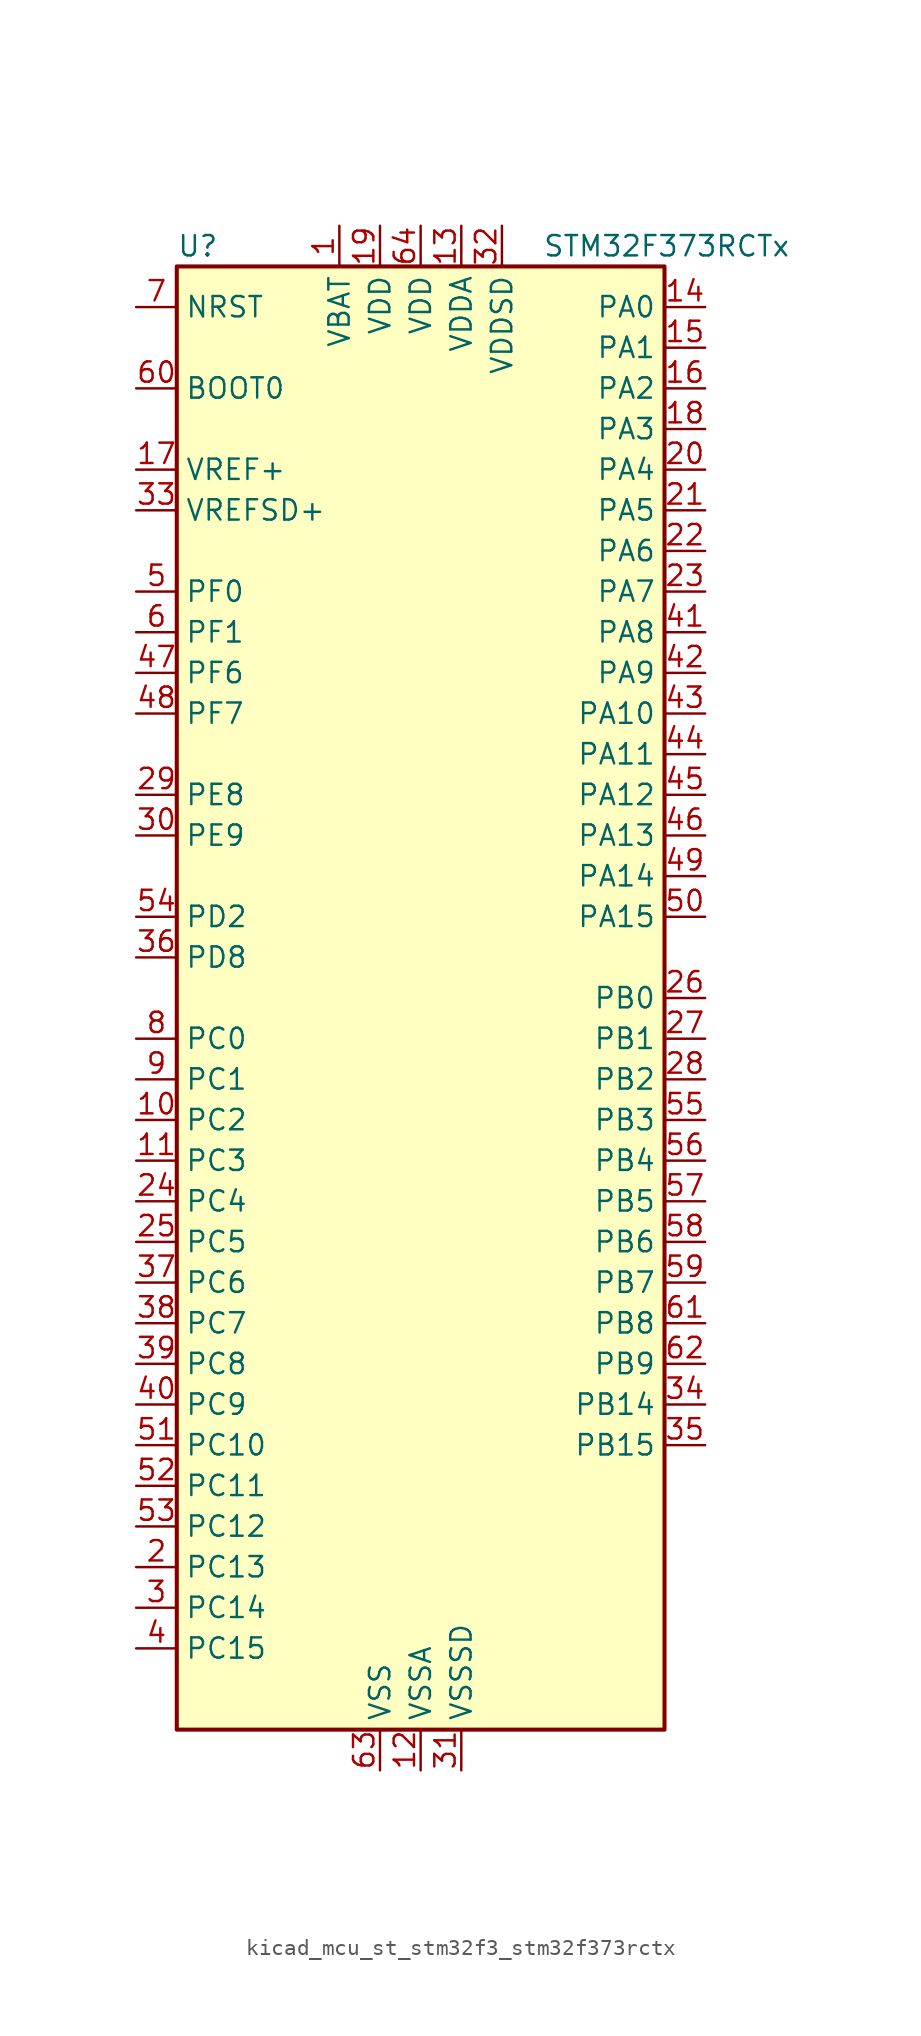
<source format=kicad_sym>
(kicad_symbol_lib
  (version 20220914)
  (generator kicad_symbol_editor)
  (symbol "kicad_mcu_st_stm32f3_stm32f373rctx"
    (property "Reference" "U"
      (at -15.24 46.99 0)
      (effects (font (size 1.27 1.27)) (justify left)))
    (property "Value" "STM32F373RCTx"
      (at 7.62 46.99 0)
      (effects (font (size 1.27 1.27)) (justify left)))
    (property "ki_locked" ""
      (at 0 0 0)
      (effects (font (size 1.27 1.27))))
    (symbol "kicad_mcu_st_stm32f3_stm32f373rctx_0_1"
      (rectangle (start -15.24 -45.72) (end 15.24 45.72) (stroke (width 0.254) (type default)) (fill (type background))))
    (symbol "kicad_mcu_st_stm32f3_stm32f373rctx_1_1"
      (pin power_in line (at -5.08 48.26 270) (length 2.54) (name "VBAT" (effects (font (size 1.27 1.27)))) (number "1" (effects (font (size 1.27 1.27)))))
      (pin bidirectional line (at -17.78 -7.62 0) (length 2.54) (name "PC2" (effects (font (size 1.27 1.27)))) (number "10" (effects (font (size 1.27 1.27)))) (alternate "ADC1_IN12" bidirectional line) (alternate "I2S2_MCK" bidirectional line) (alternate "SPI2_MISO" bidirectional line) (alternate "TIM5_CH3" bidirectional line))
      (pin bidirectional line (at -17.78 -10.16 0) (length 2.54) (name "PC3" (effects (font (size 1.27 1.27)))) (number "11" (effects (font (size 1.27 1.27)))) (alternate "ADC1_IN13" bidirectional line) (alternate "I2S2_SD" bidirectional line) (alternate "SPI2_MOSI" bidirectional line) (alternate "TIM5_CH4" bidirectional line))
      (pin power_in line (at 0 -48.26 90) (length 2.54) (name "VSSA" (effects (font (size 1.27 1.27)))) (number "12" (effects (font (size 1.27 1.27)))))
      (pin power_in line (at 2.54 48.26 270) (length 2.54) (name "VDDA" (effects (font (size 1.27 1.27)))) (number "13" (effects (font (size 1.27 1.27)))))
      (pin bidirectional line (at 17.78 43.18 180) (length 2.54) (name "PA0" (effects (font (size 1.27 1.27)))) (number "14" (effects (font (size 1.27 1.27)))) (alternate "ADC1_IN0" bidirectional line) (alternate "COMP1_INM" bidirectional line) (alternate "COMP1_OUT" bidirectional line) (alternate "RTC_TAMP2" bidirectional line) (alternate "SYS_WKUP1" bidirectional line) (alternate "TIM19_CH1" bidirectional line) (alternate "TIM2_CH1" bidirectional line) (alternate "TIM2_ETR" bidirectional line) (alternate "TIM5_CH1" bidirectional line) (alternate "TIM5_ETR" bidirectional line) (alternate "TSC_G1_IO1" bidirectional line) (alternate "USART2_CTS" bidirectional line))
      (pin bidirectional line (at 17.78 40.64 180) (length 2.54) (name "PA1" (effects (font (size 1.27 1.27)))) (number "15" (effects (font (size 1.27 1.27)))) (alternate "ADC1_IN1" bidirectional line) (alternate "COMP1_INP" bidirectional line) (alternate "I2S3_CK" bidirectional line) (alternate "RTC_REFIN" bidirectional line) (alternate "SPI3_SCK" bidirectional line) (alternate "TIM15_CH1N" bidirectional line) (alternate "TIM19_CH2" bidirectional line) (alternate "TIM2_CH2" bidirectional line) (alternate "TIM5_CH2" bidirectional line) (alternate "TSC_G1_IO2" bidirectional line) (alternate "USART2_DE" bidirectional line) (alternate "USART2_RTS" bidirectional line))
      (pin bidirectional line (at 17.78 38.1 180) (length 2.54) (name "PA2" (effects (font (size 1.27 1.27)))) (number "16" (effects (font (size 1.27 1.27)))) (alternate "ADC1_IN2" bidirectional line) (alternate "COMP2_INM" bidirectional line) (alternate "COMP2_OUT" bidirectional line) (alternate "I2S3_MCK" bidirectional line) (alternate "SPI3_MISO" bidirectional line) (alternate "TIM15_CH1" bidirectional line) (alternate "TIM19_CH3" bidirectional line) (alternate "TIM2_CH3" bidirectional line) (alternate "TIM5_CH3" bidirectional line) (alternate "TSC_G1_IO3" bidirectional line) (alternate "USART2_TX" bidirectional line))
      (pin input line (at -17.78 33.02 0) (length 2.54) (name "VREF+" (effects (font (size 1.27 1.27)))) (number "17" (effects (font (size 1.27 1.27)))))
      (pin bidirectional line (at 17.78 35.56 180) (length 2.54) (name "PA3" (effects (font (size 1.27 1.27)))) (number "18" (effects (font (size 1.27 1.27)))) (alternate "ADC1_IN3" bidirectional line) (alternate "COMP2_INP" bidirectional line) (alternate "I2S3_SD" bidirectional line) (alternate "SPI3_MOSI" bidirectional line) (alternate "TIM15_CH2" bidirectional line) (alternate "TIM19_CH4" bidirectional line) (alternate "TIM2_CH4" bidirectional line) (alternate "TIM5_CH4" bidirectional line) (alternate "TSC_G1_IO4" bidirectional line) (alternate "USART2_RX" bidirectional line))
      (pin power_in line (at -2.54 48.26 270) (length 2.54) (name "VDD" (effects (font (size 1.27 1.27)))) (number "19" (effects (font (size 1.27 1.27)))))
      (pin bidirectional line (at -17.78 -35.56 0) (length 2.54) (name "PC13" (effects (font (size 1.27 1.27)))) (number "2" (effects (font (size 1.27 1.27)))) (alternate "RTC_OUT_ALARM" bidirectional line) (alternate "RTC_OUT_CALIB" bidirectional line) (alternate "RTC_TAMP1" bidirectional line) (alternate "RTC_TS" bidirectional line) (alternate "SYS_WKUP2" bidirectional line))
      (pin bidirectional line (at 17.78 33.02 180) (length 2.54) (name "PA4" (effects (font (size 1.27 1.27)))) (number "20" (effects (font (size 1.27 1.27)))) (alternate "ADC1_IN4" bidirectional line) (alternate "DAC1_OUT1" bidirectional line) (alternate "I2S1_WS" bidirectional line) (alternate "I2S3_WS" bidirectional line) (alternate "SPI1_NSS" bidirectional line) (alternate "SPI3_NSS" bidirectional line) (alternate "TIM12_CH1" bidirectional line) (alternate "TIM3_CH2" bidirectional line) (alternate "TSC_G2_IO1" bidirectional line) (alternate "USART2_CK" bidirectional line))
      (pin bidirectional line (at 17.78 30.48 180) (length 2.54) (name "PA5" (effects (font (size 1.27 1.27)))) (number "21" (effects (font (size 1.27 1.27)))) (alternate "ADC1_IN5" bidirectional line) (alternate "CEC" bidirectional line) (alternate "DAC1_OUT2" bidirectional line) (alternate "I2S1_CK" bidirectional line) (alternate "SPI1_SCK" bidirectional line) (alternate "TIM12_CH2" bidirectional line) (alternate "TIM14_CH1" bidirectional line) (alternate "TIM2_CH1" bidirectional line) (alternate "TIM2_ETR" bidirectional line) (alternate "TSC_G2_IO2" bidirectional line))
      (pin bidirectional line (at 17.78 27.94 180) (length 2.54) (name "PA6" (effects (font (size 1.27 1.27)))) (number "22" (effects (font (size 1.27 1.27)))) (alternate "ADC1_IN6" bidirectional line) (alternate "COMP1_OUT" bidirectional line) (alternate "DAC2_OUT1" bidirectional line) (alternate "I2S1_MCK" bidirectional line) (alternate "SPI1_MISO" bidirectional line) (alternate "TIM13_CH1" bidirectional line) (alternate "TIM16_CH1" bidirectional line) (alternate "TIM3_CH1" bidirectional line) (alternate "TSC_G2_IO3" bidirectional line))
      (pin bidirectional line (at 17.78 25.4 180) (length 2.54) (name "PA7" (effects (font (size 1.27 1.27)))) (number "23" (effects (font (size 1.27 1.27)))) (alternate "ADC1_IN7" bidirectional line) (alternate "COMP2_OUT" bidirectional line) (alternate "I2S1_SD" bidirectional line) (alternate "SPI1_MOSI" bidirectional line) (alternate "TIM14_CH1" bidirectional line) (alternate "TIM17_CH1" bidirectional line) (alternate "TIM3_CH2" bidirectional line) (alternate "TSC_G2_IO4" bidirectional line))
      (pin bidirectional line (at -17.78 -12.7 0) (length 2.54) (name "PC4" (effects (font (size 1.27 1.27)))) (number "24" (effects (font (size 1.27 1.27)))) (alternate "ADC1_IN14" bidirectional line) (alternate "TIM13_CH1" bidirectional line) (alternate "TSC_G3_IO1" bidirectional line) (alternate "USART1_TX" bidirectional line))
      (pin bidirectional line (at -17.78 -15.24 0) (length 2.54) (name "PC5" (effects (font (size 1.27 1.27)))) (number "25" (effects (font (size 1.27 1.27)))) (alternate "ADC1_IN15" bidirectional line) (alternate "TSC_G3_IO2" bidirectional line) (alternate "USART1_RX" bidirectional line))
      (pin bidirectional line (at 17.78 0 180) (length 2.54) (name "PB0" (effects (font (size 1.27 1.27)))) (number "26" (effects (font (size 1.27 1.27)))) (alternate "ADC1_IN8" bidirectional line) (alternate "I2S1_SD" bidirectional line) (alternate "SDADC1_AIN6P" bidirectional line) (alternate "SPI1_MOSI" bidirectional line) (alternate "TIM3_CH2" bidirectional line) (alternate "TIM3_CH3" bidirectional line) (alternate "TSC_G3_IO3" bidirectional line))
      (pin bidirectional line (at 17.78 -2.54 180) (length 2.54) (name "PB1" (effects (font (size 1.27 1.27)))) (number "27" (effects (font (size 1.27 1.27)))) (alternate "ADC1_IN9" bidirectional line) (alternate "SDADC1_AIN5P" bidirectional line) (alternate "SDADC1_AIN6M" bidirectional line) (alternate "TIM3_CH4" bidirectional line) (alternate "TSC_G3_IO4" bidirectional line))
      (pin bidirectional line (at 17.78 -5.08 180) (length 2.54) (name "PB2" (effects (font (size 1.27 1.27)))) (number "28" (effects (font (size 1.27 1.27)))) (alternate "SDADC1_AIN4P" bidirectional line) (alternate "SDADC2_AIN6P" bidirectional line))
      (pin bidirectional line (at -17.78 12.7 0) (length 2.54) (name "PE8" (effects (font (size 1.27 1.27)))) (number "29" (effects (font (size 1.27 1.27)))) (alternate "SDADC1_AIN8P" bidirectional line) (alternate "SDADC2_AIN8P" bidirectional line))
      (pin bidirectional line (at -17.78 -38.1 0) (length 2.54) (name "PC14" (effects (font (size 1.27 1.27)))) (number "3" (effects (font (size 1.27 1.27)))) (alternate "RCC_OSC32_IN" bidirectional line))
      (pin bidirectional line (at -17.78 10.16 0) (length 2.54) (name "PE9" (effects (font (size 1.27 1.27)))) (number "30" (effects (font (size 1.27 1.27)))) (alternate "DAC1_EXTI9" bidirectional line) (alternate "DAC2_EXTI9" bidirectional line) (alternate "SDADC1_AIN7P" bidirectional line) (alternate "SDADC1_AIN8M" bidirectional line) (alternate "SDADC2_AIN7P" bidirectional line) (alternate "SDADC2_AIN8M" bidirectional line))
      (pin power_in line (at 2.54 -48.26 90) (length 2.54) (name "VSSSD" (effects (font (size 1.27 1.27)))) (number "31" (effects (font (size 1.27 1.27)))))
      (pin power_in line (at 5.08 48.26 270) (length 2.54) (name "VDDSD" (effects (font (size 1.27 1.27)))) (number "32" (effects (font (size 1.27 1.27)))))
      (pin input line (at -17.78 30.48 0) (length 2.54) (name "VREFSD+" (effects (font (size 1.27 1.27)))) (number "33" (effects (font (size 1.27 1.27)))))
      (pin bidirectional line (at 17.78 -25.4 180) (length 2.54) (name "PB14" (effects (font (size 1.27 1.27)))) (number "34" (effects (font (size 1.27 1.27)))) (alternate "I2S2_MCK" bidirectional line) (alternate "SDADC3_AIN8P" bidirectional line) (alternate "SPI2_MISO" bidirectional line) (alternate "TIM12_CH1" bidirectional line) (alternate "TIM15_CH1" bidirectional line) (alternate "TSC_G6_IO1" bidirectional line) (alternate "USART3_DE" bidirectional line) (alternate "USART3_RTS" bidirectional line))
      (pin bidirectional line (at 17.78 -27.94 180) (length 2.54) (name "PB15" (effects (font (size 1.27 1.27)))) (number "35" (effects (font (size 1.27 1.27)))) (alternate "ADC1_EXTI15" bidirectional line) (alternate "I2S2_SD" bidirectional line) (alternate "RTC_REFIN" bidirectional line) (alternate "SDADC1_EXTI15" bidirectional line) (alternate "SDADC2_EXTI15" bidirectional line) (alternate "SDADC3_AIN7P" bidirectional line) (alternate "SDADC3_AIN8M" bidirectional line) (alternate "SDADC3_EXTI15" bidirectional line) (alternate "SPI2_MOSI" bidirectional line) (alternate "TIM12_CH2" bidirectional line) (alternate "TIM15_CH1N" bidirectional line) (alternate "TIM15_CH2" bidirectional line) (alternate "TSC_G6_IO2" bidirectional line))
      (pin bidirectional line (at -17.78 2.54 0) (length 2.54) (name "PD8" (effects (font (size 1.27 1.27)))) (number "36" (effects (font (size 1.27 1.27)))) (alternate "I2S2_CK" bidirectional line) (alternate "SDADC3_AIN6P" bidirectional line) (alternate "SPI2_SCK" bidirectional line) (alternate "TSC_G6_IO3" bidirectional line) (alternate "USART3_TX" bidirectional line))
      (pin bidirectional line (at -17.78 -17.78 0) (length 2.54) (name "PC6" (effects (font (size 1.27 1.27)))) (number "37" (effects (font (size 1.27 1.27)))) (alternate "I2S1_WS" bidirectional line) (alternate "SPI1_NSS" bidirectional line) (alternate "TIM3_CH1" bidirectional line))
      (pin bidirectional line (at -17.78 -20.32 0) (length 2.54) (name "PC7" (effects (font (size 1.27 1.27)))) (number "38" (effects (font (size 1.27 1.27)))) (alternate "I2S1_CK" bidirectional line) (alternate "SPI1_SCK" bidirectional line) (alternate "TIM3_CH2" bidirectional line))
      (pin bidirectional line (at -17.78 -22.86 0) (length 2.54) (name "PC8" (effects (font (size 1.27 1.27)))) (number "39" (effects (font (size 1.27 1.27)))) (alternate "I2S1_MCK" bidirectional line) (alternate "SPI1_MISO" bidirectional line) (alternate "TIM3_CH3" bidirectional line))
      (pin bidirectional line (at -17.78 -40.64 0) (length 2.54) (name "PC15" (effects (font (size 1.27 1.27)))) (number "4" (effects (font (size 1.27 1.27)))) (alternate "ADC1_EXTI15" bidirectional line) (alternate "RCC_OSC32_OUT" bidirectional line) (alternate "SDADC1_EXTI15" bidirectional line) (alternate "SDADC2_EXTI15" bidirectional line) (alternate "SDADC3_EXTI15" bidirectional line))
      (pin bidirectional line (at -17.78 -25.4 0) (length 2.54) (name "PC9" (effects (font (size 1.27 1.27)))) (number "40" (effects (font (size 1.27 1.27)))) (alternate "DAC1_EXTI9" bidirectional line) (alternate "DAC2_EXTI9" bidirectional line) (alternate "I2S1_SD" bidirectional line) (alternate "SPI1_MOSI" bidirectional line) (alternate "TIM3_CH4" bidirectional line))
      (pin bidirectional line (at 17.78 22.86 180) (length 2.54) (name "PA8" (effects (font (size 1.27 1.27)))) (number "41" (effects (font (size 1.27 1.27)))) (alternate "I2C2_SMBA" bidirectional line) (alternate "I2S2_CK" bidirectional line) (alternate "RCC_MCO" bidirectional line) (alternate "SPI2_SCK" bidirectional line) (alternate "TIM4_ETR" bidirectional line) (alternate "TIM5_CH1" bidirectional line) (alternate "TIM5_ETR" bidirectional line) (alternate "USART1_CK" bidirectional line))
      (pin bidirectional line (at 17.78 20.32 180) (length 2.54) (name "PA9" (effects (font (size 1.27 1.27)))) (number "42" (effects (font (size 1.27 1.27)))) (alternate "DAC1_EXTI9" bidirectional line) (alternate "DAC2_EXTI9" bidirectional line) (alternate "I2C2_SCL" bidirectional line) (alternate "I2S2_MCK" bidirectional line) (alternate "SPI2_MISO" bidirectional line) (alternate "TIM13_CH1" bidirectional line) (alternate "TIM15_BKIN" bidirectional line) (alternate "TIM2_CH3" bidirectional line) (alternate "TSC_G4_IO1" bidirectional line) (alternate "USART1_TX" bidirectional line))
      (pin bidirectional line (at 17.78 17.78 180) (length 2.54) (name "PA10" (effects (font (size 1.27 1.27)))) (number "43" (effects (font (size 1.27 1.27)))) (alternate "I2C2_SDA" bidirectional line) (alternate "I2S2_SD" bidirectional line) (alternate "SPI2_MOSI" bidirectional line) (alternate "TIM14_CH1" bidirectional line) (alternate "TIM17_BKIN" bidirectional line) (alternate "TIM2_CH4" bidirectional line) (alternate "TSC_G4_IO2" bidirectional line) (alternate "USART1_RX" bidirectional line))
      (pin bidirectional line (at 17.78 15.24 180) (length 2.54) (name "PA11" (effects (font (size 1.27 1.27)))) (number "44" (effects (font (size 1.27 1.27)))) (alternate "ADC1_EXTI11" bidirectional line) (alternate "CAN_RX" bidirectional line) (alternate "COMP1_OUT" bidirectional line) (alternate "I2S1_WS" bidirectional line) (alternate "I2S2_WS" bidirectional line) (alternate "SDADC1_EXTI11" bidirectional line) (alternate "SDADC2_EXTI11" bidirectional line) (alternate "SDADC3_EXTI11" bidirectional line) (alternate "SPI1_NSS" bidirectional line) (alternate "SPI2_NSS" bidirectional line) (alternate "TIM4_CH1" bidirectional line) (alternate "TIM5_CH2" bidirectional line) (alternate "USART1_CTS" bidirectional line) (alternate "USB_DM" bidirectional line))
      (pin bidirectional line (at 17.78 12.7 180) (length 2.54) (name "PA12" (effects (font (size 1.27 1.27)))) (number "45" (effects (font (size 1.27 1.27)))) (alternate "CAN_TX" bidirectional line) (alternate "COMP2_OUT" bidirectional line) (alternate "I2S1_CK" bidirectional line) (alternate "SPI1_SCK" bidirectional line) (alternate "TIM16_CH1" bidirectional line) (alternate "TIM4_CH2" bidirectional line) (alternate "TIM5_CH3" bidirectional line) (alternate "USART1_DE" bidirectional line) (alternate "USART1_RTS" bidirectional line) (alternate "USB_DP" bidirectional line))
      (pin bidirectional line (at 17.78 10.16 180) (length 2.54) (name "PA13" (effects (font (size 1.27 1.27)))) (number "46" (effects (font (size 1.27 1.27)))) (alternate "I2S1_MCK" bidirectional line) (alternate "IR_OUT" bidirectional line) (alternate "SPI1_MISO" bidirectional line) (alternate "SYS_JTMS-SWDIO" bidirectional line) (alternate "TIM16_CH1N" bidirectional line) (alternate "TIM4_CH3" bidirectional line) (alternate "TIM5_CH4" bidirectional line) (alternate "TSC_G4_IO3" bidirectional line) (alternate "USART3_CTS" bidirectional line))
      (pin bidirectional line (at -17.78 20.32 0) (length 2.54) (name "PF6" (effects (font (size 1.27 1.27)))) (number "47" (effects (font (size 1.27 1.27)))) (alternate "I2C2_SCL" bidirectional line) (alternate "I2S1_SD" bidirectional line) (alternate "SPI1_MOSI" bidirectional line) (alternate "TIM4_CH4" bidirectional line) (alternate "USART3_DE" bidirectional line) (alternate "USART3_RTS" bidirectional line))
      (pin bidirectional line (at -17.78 17.78 0) (length 2.54) (name "PF7" (effects (font (size 1.27 1.27)))) (number "48" (effects (font (size 1.27 1.27)))) (alternate "I2C2_SDA" bidirectional line) (alternate "USART2_CK" bidirectional line))
      (pin bidirectional line (at 17.78 7.62 180) (length 2.54) (name "PA14" (effects (font (size 1.27 1.27)))) (number "49" (effects (font (size 1.27 1.27)))) (alternate "I2C1_SDA" bidirectional line) (alternate "SYS_JTCK-SWCLK" bidirectional line) (alternate "TIM12_CH1" bidirectional line) (alternate "TSC_G4_IO4" bidirectional line))
      (pin bidirectional line (at -17.78 25.4 0) (length 2.54) (name "PF0" (effects (font (size 1.27 1.27)))) (number "5" (effects (font (size 1.27 1.27)))) (alternate "I2C2_SDA" bidirectional line) (alternate "RCC_OSC_IN" bidirectional line))
      (pin bidirectional line (at 17.78 5.08 180) (length 2.54) (name "PA15" (effects (font (size 1.27 1.27)))) (number "50" (effects (font (size 1.27 1.27)))) (alternate "ADC1_EXTI15" bidirectional line) (alternate "I2C1_SCL" bidirectional line) (alternate "I2S1_WS" bidirectional line) (alternate "I2S3_WS" bidirectional line) (alternate "SDADC1_EXTI15" bidirectional line) (alternate "SDADC2_EXTI15" bidirectional line) (alternate "SDADC3_EXTI15" bidirectional line) (alternate "SPI1_NSS" bidirectional line) (alternate "SPI3_NSS" bidirectional line) (alternate "SYS_JTDI" bidirectional line) (alternate "TIM12_CH2" bidirectional line) (alternate "TIM2_CH1" bidirectional line) (alternate "TIM2_ETR" bidirectional line) (alternate "TSC_SYNC" bidirectional line))
      (pin bidirectional line (at -17.78 -27.94 0) (length 2.54) (name "PC10" (effects (font (size 1.27 1.27)))) (number "51" (effects (font (size 1.27 1.27)))) (alternate "I2S3_CK" bidirectional line) (alternate "SPI3_SCK" bidirectional line) (alternate "TIM19_CH1" bidirectional line) (alternate "USART3_TX" bidirectional line))
      (pin bidirectional line (at -17.78 -30.48 0) (length 2.54) (name "PC11" (effects (font (size 1.27 1.27)))) (number "52" (effects (font (size 1.27 1.27)))) (alternate "ADC1_EXTI11" bidirectional line) (alternate "I2S3_MCK" bidirectional line) (alternate "SDADC1_EXTI11" bidirectional line) (alternate "SDADC2_EXTI11" bidirectional line) (alternate "SDADC3_EXTI11" bidirectional line) (alternate "SPI3_MISO" bidirectional line) (alternate "TIM19_CH2" bidirectional line) (alternate "USART3_RX" bidirectional line))
      (pin bidirectional line (at -17.78 -33.02 0) (length 2.54) (name "PC12" (effects (font (size 1.27 1.27)))) (number "53" (effects (font (size 1.27 1.27)))) (alternate "I2S3_SD" bidirectional line) (alternate "SPI3_MOSI" bidirectional line) (alternate "TIM19_CH3" bidirectional line) (alternate "USART3_CK" bidirectional line))
      (pin bidirectional line (at -17.78 5.08 0) (length 2.54) (name "PD2" (effects (font (size 1.27 1.27)))) (number "54" (effects (font (size 1.27 1.27)))) (alternate "TIM3_ETR" bidirectional line))
      (pin bidirectional line (at 17.78 -7.62 180) (length 2.54) (name "PB3" (effects (font (size 1.27 1.27)))) (number "55" (effects (font (size 1.27 1.27)))) (alternate "I2S1_CK" bidirectional line) (alternate "I2S3_CK" bidirectional line) (alternate "SPI1_SCK" bidirectional line) (alternate "SPI3_SCK" bidirectional line) (alternate "SYS_JTDO-TRACESWO" bidirectional line) (alternate "TIM13_CH1" bidirectional line) (alternate "TIM2_CH2" bidirectional line) (alternate "TIM3_ETR" bidirectional line) (alternate "TIM4_ETR" bidirectional line) (alternate "TSC_G5_IO1" bidirectional line) (alternate "USART2_TX" bidirectional line))
      (pin bidirectional line (at 17.78 -10.16 180) (length 2.54) (name "PB4" (effects (font (size 1.27 1.27)))) (number "56" (effects (font (size 1.27 1.27)))) (alternate "I2S1_MCK" bidirectional line) (alternate "I2S3_MCK" bidirectional line) (alternate "SPI1_MISO" bidirectional line) (alternate "SPI3_MISO" bidirectional line) (alternate "SYS_NJTRST" bidirectional line) (alternate "TIM15_CH1N" bidirectional line) (alternate "TIM16_CH1" bidirectional line) (alternate "TIM17_BKIN" bidirectional line) (alternate "TIM3_CH1" bidirectional line) (alternate "TSC_G5_IO2" bidirectional line) (alternate "USART2_RX" bidirectional line))
      (pin bidirectional line (at 17.78 -12.7 180) (length 2.54) (name "PB5" (effects (font (size 1.27 1.27)))) (number "57" (effects (font (size 1.27 1.27)))) (alternate "I2C1_SMBA" bidirectional line) (alternate "I2S1_SD" bidirectional line) (alternate "I2S3_SD" bidirectional line) (alternate "SPI1_MOSI" bidirectional line) (alternate "SPI3_MOSI" bidirectional line) (alternate "TIM16_BKIN" bidirectional line) (alternate "TIM17_CH1" bidirectional line) (alternate "TIM19_ETR" bidirectional line) (alternate "TIM3_CH2" bidirectional line) (alternate "USART2_CK" bidirectional line))
      (pin bidirectional line (at 17.78 -15.24 180) (length 2.54) (name "PB6" (effects (font (size 1.27 1.27)))) (number "58" (effects (font (size 1.27 1.27)))) (alternate "I2C1_SCL" bidirectional line) (alternate "TIM15_CH1" bidirectional line) (alternate "TIM16_CH1N" bidirectional line) (alternate "TIM19_CH1" bidirectional line) (alternate "TIM3_CH3" bidirectional line) (alternate "TIM4_CH1" bidirectional line) (alternate "TSC_G5_IO3" bidirectional line) (alternate "USART1_TX" bidirectional line))
      (pin bidirectional line (at 17.78 -17.78 180) (length 2.54) (name "PB7" (effects (font (size 1.27 1.27)))) (number "59" (effects (font (size 1.27 1.27)))) (alternate "I2C1_SDA" bidirectional line) (alternate "TIM15_CH2" bidirectional line) (alternate "TIM17_CH1N" bidirectional line) (alternate "TIM19_CH2" bidirectional line) (alternate "TIM3_CH4" bidirectional line) (alternate "TIM4_CH2" bidirectional line) (alternate "TSC_G5_IO4" bidirectional line) (alternate "USART1_RX" bidirectional line))
      (pin bidirectional line (at -17.78 22.86 0) (length 2.54) (name "PF1" (effects (font (size 1.27 1.27)))) (number "6" (effects (font (size 1.27 1.27)))) (alternate "I2C2_SCL" bidirectional line) (alternate "RCC_OSC_OUT" bidirectional line))
      (pin input line (at -17.78 38.1 0) (length 2.54) (name "BOOT0" (effects (font (size 1.27 1.27)))) (number "60" (effects (font (size 1.27 1.27)))))
      (pin bidirectional line (at 17.78 -20.32 180) (length 2.54) (name "PB8" (effects (font (size 1.27 1.27)))) (number "61" (effects (font (size 1.27 1.27)))) (alternate "CAN_RX" bidirectional line) (alternate "CEC" bidirectional line) (alternate "COMP1_OUT" bidirectional line) (alternate "I2C1_SCL" bidirectional line) (alternate "I2S2_CK" bidirectional line) (alternate "SPI2_SCK" bidirectional line) (alternate "TIM16_CH1" bidirectional line) (alternate "TIM19_CH3" bidirectional line) (alternate "TIM4_CH3" bidirectional line) (alternate "TSC_SYNC" bidirectional line) (alternate "USART3_TX" bidirectional line))
      (pin bidirectional line (at 17.78 -22.86 180) (length 2.54) (name "PB9" (effects (font (size 1.27 1.27)))) (number "62" (effects (font (size 1.27 1.27)))) (alternate "CAN_TX" bidirectional line) (alternate "COMP2_OUT" bidirectional line) (alternate "DAC1_EXTI9" bidirectional line) (alternate "DAC2_EXTI9" bidirectional line) (alternate "I2C1_SDA" bidirectional line) (alternate "I2S2_WS" bidirectional line) (alternate "IR_OUT" bidirectional line) (alternate "SPI2_NSS" bidirectional line) (alternate "TIM17_CH1" bidirectional line) (alternate "TIM19_CH4" bidirectional line) (alternate "TIM4_CH4" bidirectional line) (alternate "USART3_RX" bidirectional line))
      (pin power_in line (at -2.54 -48.26 90) (length 2.54) (name "VSS" (effects (font (size 1.27 1.27)))) (number "63" (effects (font (size 1.27 1.27)))))
      (pin power_in line (at 0 48.26 270) (length 2.54) (name "VDD" (effects (font (size 1.27 1.27)))) (number "64" (effects (font (size 1.27 1.27)))))
      (pin input line (at -17.78 43.18 0) (length 2.54) (name "NRST" (effects (font (size 1.27 1.27)))) (number "7" (effects (font (size 1.27 1.27)))))
      (pin bidirectional line (at -17.78 -2.54 0) (length 2.54) (name "PC0" (effects (font (size 1.27 1.27)))) (number "8" (effects (font (size 1.27 1.27)))) (alternate "ADC1_IN10" bidirectional line) (alternate "TIM5_CH1" bidirectional line) (alternate "TIM5_ETR" bidirectional line))
      (pin bidirectional line (at -17.78 -5.08 0) (length 2.54) (name "PC1" (effects (font (size 1.27 1.27)))) (number "9" (effects (font (size 1.27 1.27)))) (alternate "ADC1_IN11" bidirectional line) (alternate "TIM5_CH2" bidirectional line)))))
</source>
